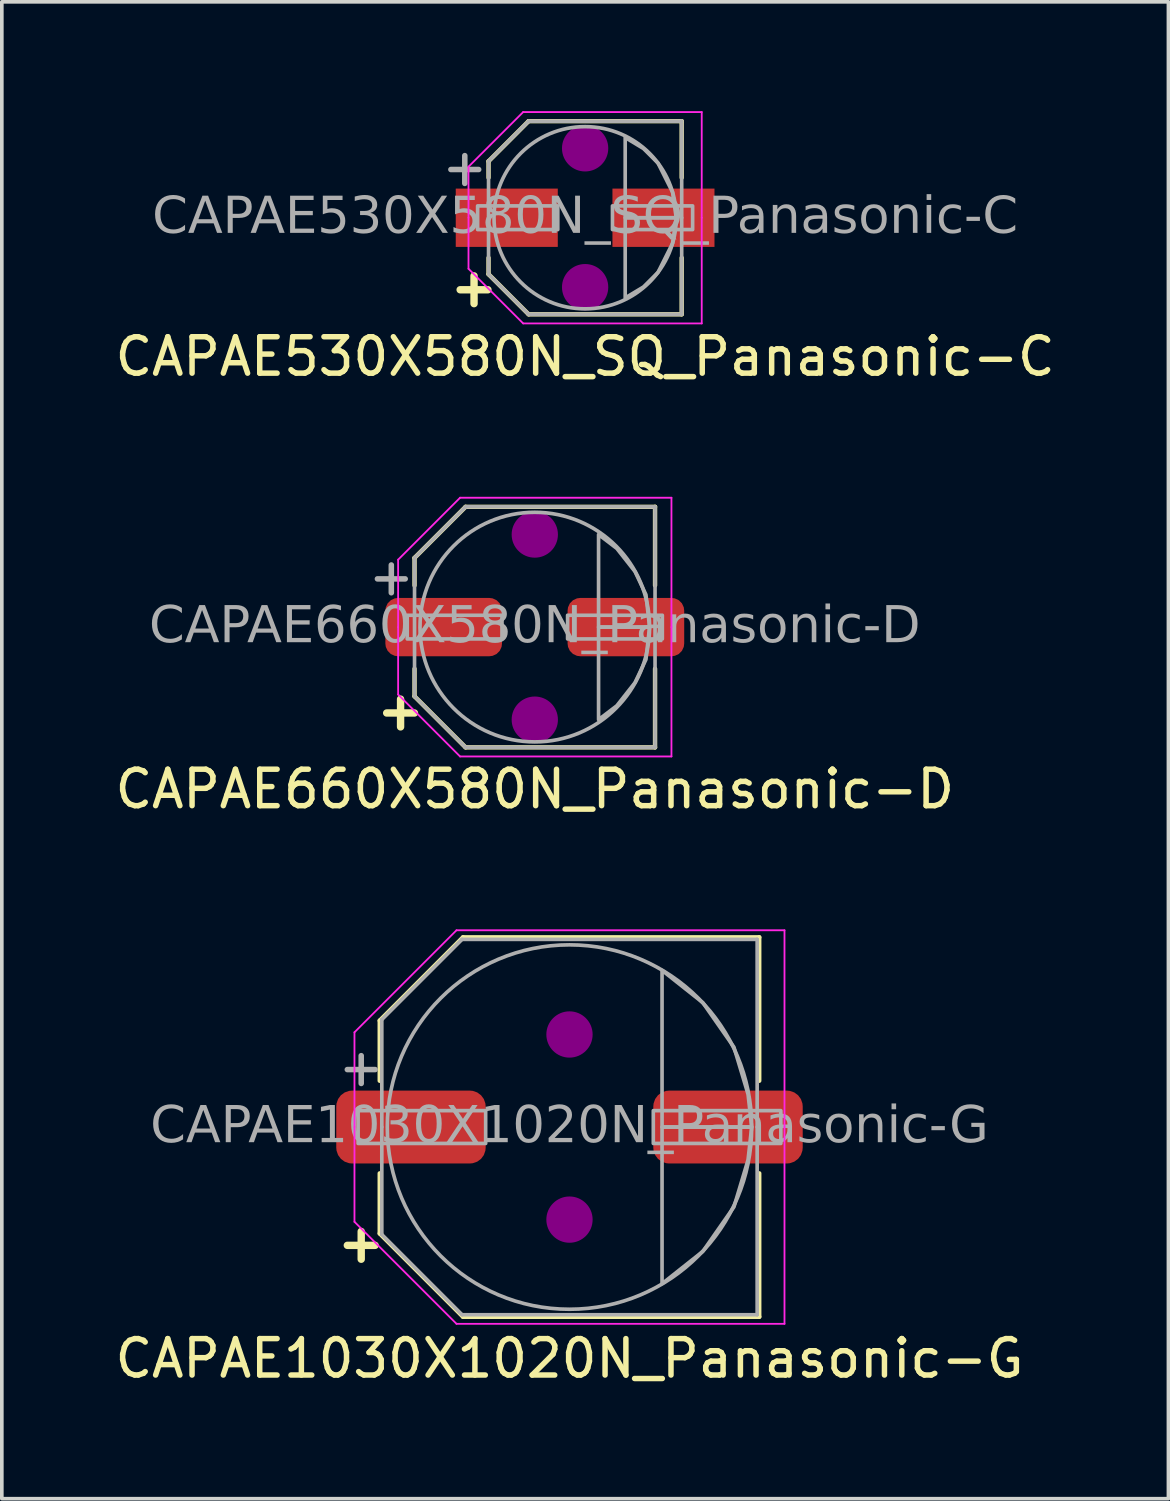
<source format=kicad_pcb>
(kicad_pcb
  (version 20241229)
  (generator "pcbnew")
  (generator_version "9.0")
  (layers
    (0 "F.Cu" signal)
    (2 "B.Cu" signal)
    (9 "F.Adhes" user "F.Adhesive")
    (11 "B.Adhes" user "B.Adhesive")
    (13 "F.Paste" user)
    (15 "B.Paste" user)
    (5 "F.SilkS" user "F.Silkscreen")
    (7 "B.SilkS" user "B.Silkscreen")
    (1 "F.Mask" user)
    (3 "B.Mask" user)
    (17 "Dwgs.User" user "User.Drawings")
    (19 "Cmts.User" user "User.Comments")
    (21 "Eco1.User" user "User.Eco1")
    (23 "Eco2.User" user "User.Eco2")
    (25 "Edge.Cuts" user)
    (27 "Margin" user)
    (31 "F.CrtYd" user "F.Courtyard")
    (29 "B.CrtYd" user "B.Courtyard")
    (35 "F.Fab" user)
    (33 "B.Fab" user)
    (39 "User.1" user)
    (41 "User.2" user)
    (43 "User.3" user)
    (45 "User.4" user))
  (footprint "CAPAE660X580N_Panasonic-D"
    (layer "F.Cu")
    (at 11.625 14.158)
    (property "Reference" "CAPAE660X580N_Panasonic-D" (at 0 4.445 0) (layer "F.SilkS") (effects (font (size 1 1) (thickness 0.15))))
    (attr smd)
    (fp_line (start -3.3 -1.9) (end -1.9 -3.3) (stroke (width 0.12) (type default)) (layer "F.SilkS"))
    (fp_line (start -3.3 -1.143) (end -3.3 -1.9) (stroke (width 0.12) (type default)) (layer "F.SilkS"))
    (fp_line (start -3.3 1.9) (end -3.3 1.143) (stroke (width 0.12) (type default)) (layer "F.SilkS"))
    (fp_line (start -3.3 1.9) (end -1.9 3.3) (stroke (width 0.12) (type default)) (layer "F.SilkS"))
    (fp_line (start -1.9 -3.3) (end 3.3 -3.3) (stroke (width 0.12) (type solid)) (layer "F.SilkS"))
    (fp_line (start -1.9 3.3) (end 3.3 3.3) (stroke (width 0.12) (type solid)) (layer "F.SilkS"))
    (fp_line (start 3.3 -1.143) (end 3.3 -3.3) (stroke (width 0.12) (type solid)) (layer "F.SilkS"))
    (fp_line (start 3.3 3.3) (end 3.3 1.143) (stroke (width 0.12) (type solid)) (layer "F.SilkS"))
    (fp_circle (center 0 -2.54) (end 0.635 -2.54) (stroke (width 0) (type solid)) (fill yes) (layer "F.Adhes"))
    (fp_circle (center 0 2.54) (end 0.635 2.54) (stroke (width 0) (type solid)) (fill yes) (layer "F.Adhes"))
    (fp_line (start -3.75 -1.85) (end -3.75 0) (stroke (width 0.05) (type solid)) (layer "F.CrtYd"))
    (fp_line (start -3.75 -1.85) (end -2.05 -3.55) (stroke (width 0.05) (type solid)) (layer "F.CrtYd"))
    (fp_line (start -3.75 1.85) (end -3.75 0) (stroke (width 0.05) (type solid)) (layer "F.CrtYd"))
    (fp_line (start -3.75 1.85) (end -2.05 3.55) (stroke (width 0.05) (type solid)) (layer "F.CrtYd"))
    (fp_line (start -2.05 -3.55) (end 3.75 -3.55) (stroke (width 0.05) (type solid)) (layer "F.CrtYd"))
    (fp_line (start -2.05 3.55) (end 3.75 3.55) (stroke (width 0.05) (type solid)) (layer "F.CrtYd"))
    (fp_line (start 3.75 -3.55) (end 3.75 0) (stroke (width 0.05) (type solid)) (layer "F.CrtYd"))
    (fp_line (start 3.75 3.55) (end 3.75 0) (stroke (width 0.05) (type solid)) (layer "F.CrtYd"))
    (fp_line (start -3.3 -1.9) (end -3.3 1.9) (stroke (width 0.1) (type solid)) (layer "F.Fab"))
    (fp_line (start -3.3 -1.9) (end -1.9 -3.3) (stroke (width 0.1) (type default)) (layer "F.Fab"))
    (fp_line (start -3.3 1.9) (end -1.9 3.3) (stroke (width 0.1) (type default)) (layer "F.Fab"))
    (fp_line (start -1.9 -3.3) (end 3.3 -3.3) (stroke (width 0.1) (type solid)) (layer "F.Fab"))
    (fp_line (start -1.9 3.3) (end 3.3 3.3) (stroke (width 0.1) (type solid)) (layer "F.Fab"))
    (fp_line (start 3.3 -3.3) (end 3.3 3.3) (stroke (width 0.1) (type solid)) (layer "F.Fab"))
    (fp_rect (start -3.5 0.325) (end -0.9 -0.325) (stroke (width 0.1) (type solid)) (fill no) (layer "F.Fab"))
    (fp_rect (start 3.5 0.325) (end 0.9 -0.325) (stroke (width 0.1) (type solid)) (fill no) (layer "F.Fab"))
    (fp_circle (center 0 0) (end 3.15 0) (stroke (width 0.1) (type default)) (fill no) (layer "F.Fab"))
    (fp_poly (pts (xy 1.75 -2.54) (xy 2.25 -2.159) (xy 2.75 -1.524) (xy 3.05 -0.889) (xy 3.15 0) (xy 1.75 0)) (stroke (width 0.1) (type solid)) (fill no) (layer "F.Fab"))
    (fp_poly (pts (xy 1.75 2.54) (xy 2.25 2.159) (xy 2.75 1.524) (xy 3.05 0.889) (xy 3.15 0) (xy 1.75 0)) (stroke (width 0.1) (type solid)) (fill no) (layer "F.Fab"))
    (fp_text user "+" (at -3.683 2.286 0) (unlocked yes) (layer "F.SilkS") (effects (font (size 1 1) (thickness 0.203) (bold yes))))
    (fp_text user "+" (at -3.937 -1.397 0) (unlocked yes) (layer "F.Fab") (effects (font (size 1 1) (thickness 0.152))))
    (fp_text user "${REFERENCE}" (at 0 0 0) (layer "F.Fab") (effects (font (face "Tahoma") (size 1 1) (thickness 0.15))))
    (pad "1" smd roundrect (at -2.5 0) (size 3.2 1.6) (layers "F.Cu" "F.Mask" "F.Paste") (roundrect_rratio 0.217))
    (pad "2" smd roundrect (at 2.5 0) (size 3.2 1.6) (layers "F.Cu" "F.Mask" "F.Paste") (roundrect_rratio 0.217)))
  (footprint "CAPAE530X580N_SQ_Panasonic-C"
    (layer "F.Cu")
    (at 13.006 2.925)
    (property "Reference" "CAPAE530X580N_SQ_Panasonic-C" (at 0 3.81 0) (layer "F.SilkS") (effects (font (size 1 1) (thickness 0.15))))
    (attr smd)
    (fp_line (start -2.65 -1.55) (end -1.551 -2.65) (stroke (width 0.12) (type default)) (layer "F.SilkS"))
    (fp_line (start -2.65 -1.1) (end -2.65 -1.55) (stroke (width 0.12) (type default)) (layer "F.SilkS"))
    (fp_line (start -2.65 1.1) (end -2.65 1.55) (stroke (width 0.12) (type default)) (layer "F.SilkS"))
    (fp_line (start -2.65 1.55) (end -1.551 2.65) (stroke (width 0.12) (type default)) (layer "F.SilkS"))
    (fp_line (start -1.551 -2.65) (end 2.65 -2.65) (stroke (width 0.12) (type solid)) (layer "F.SilkS"))
    (fp_line (start -1.551 2.65) (end 2.65 2.65) (stroke (width 0.12) (type solid)) (layer "F.SilkS"))
    (fp_line (start 2.65 -1.1) (end 2.65 -2.65) (stroke (width 0.12) (type solid)) (layer "F.SilkS"))
    (fp_line (start 2.65 1.1) (end 2.65 2.65) (stroke (width 0.12) (type solid)) (layer "F.SilkS"))
    (fp_circle (center 0 -1.905) (end 0.635 -1.905) (stroke (width 0) (type solid)) (fill yes) (layer "F.Adhes"))
    (fp_circle (center 0 1.905) (end 0.635 1.905) (stroke (width 0) (type solid)) (fill yes) (layer "F.Adhes"))
    (fp_line (start -3.2 -1.4) (end -3.2 0) (stroke (width 0.05) (type solid)) (layer "F.CrtYd"))
    (fp_line (start -3.2 -1.4) (end -1.7 -2.9) (stroke (width 0.05) (type solid)) (layer "F.CrtYd"))
    (fp_line (start -3.2 1.4) (end -3.2 0) (stroke (width 0.05) (type solid)) (layer "F.CrtYd"))
    (fp_line (start -3.2 1.4) (end -1.7 2.9) (stroke (width 0.05) (type solid)) (layer "F.CrtYd"))
    (fp_line (start -1.7 -2.9) (end 3.2 -2.9) (stroke (width 0.05) (type solid)) (layer "F.CrtYd"))
    (fp_line (start -1.7 2.9) (end 3.2 2.9) (stroke (width 0.05) (type solid)) (layer "F.CrtYd"))
    (fp_line (start 3.2 -2.9) (end 3.2 0) (stroke (width 0.05) (type solid)) (layer "F.CrtYd"))
    (fp_line (start 3.2 2.9) (end 3.2 0) (stroke (width 0.05) (type solid)) (layer "F.CrtYd"))
    (fp_line (start -2.65 -1.55) (end -1.55 -2.65) (stroke (width 0.1) (type default)) (layer "F.Fab"))
    (fp_line (start -2.65 0) (end -2.65 -1.55) (stroke (width 0.1) (type solid)) (layer "F.Fab"))
    (fp_line (start -2.65 0) (end -2.65 1.55) (stroke (width 0.1) (type solid)) (layer "F.Fab"))
    (fp_line (start -2.65 1.55) (end -1.55 2.65) (stroke (width 0.1) (type default)) (layer "F.Fab"))
    (fp_line (start -1.55 -2.65) (end 2.65 -2.65) (stroke (width 0.1) (type solid)) (layer "F.Fab"))
    (fp_line (start -1.55 2.65) (end 2.65 2.65) (stroke (width 0.1) (type solid)) (layer "F.Fab"))
    (fp_line (start 2.65 0) (end 2.65 -2.65) (stroke (width 0.1) (type solid)) (layer "F.Fab"))
    (fp_line (start 2.65 0) (end 2.65 2.65) (stroke (width 0.1) (type solid)) (layer "F.Fab"))
    (fp_rect (start -2.95 0.325) (end -0.75 -0.325) (stroke (width 0.1) (type solid)) (fill no) (layer "F.Fab"))
    (fp_rect (start 2.95 0.325) (end 0.75 -0.325) (stroke (width 0.1) (type solid)) (fill no) (layer "F.Fab"))
    (fp_circle (center 0 0) (end 2.5 0) (stroke (width 0.1) (type default)) (fill no) (layer "F.Fab"))
    (fp_poly (pts (xy 1.1 -2.2) (xy 1.6 -1.9) (xy 2 -1.5) (xy 2.4 -0.7) (xy 2.5 0) (xy 1.1 0)) (stroke (width 0.1) (type solid)) (fill no) (layer "F.Fab"))
    (fp_poly (pts (xy 1.1 2.2) (xy 1.6 1.9) (xy 2 1.5) (xy 2.4 0.7) (xy 2.5 0) (xy 1.1 0)) (stroke (width 0.1) (type solid)) (fill no) (layer "F.Fab"))
    (fp_text user "+" (at -3.048 1.905 0) (unlocked yes) (layer "F.SilkS") (effects (font (size 1 1) (thickness 0.203) (bold yes))))
    (fp_text user "+" (at -3.302 -1.397 0) (unlocked yes) (layer "F.Fab") (effects (font (size 1 1) (thickness 0.152))))
    (fp_text user "${REFERENCE}" (at 0 0 0) (layer "F.Fab") (effects (font (face "Tahoma") (size 1 1) (thickness 0.15))))
    (pad "1" smd rect (at -2.15 0) (size 2.8 1.6) (layers "F.Cu" "F.Mask" "F.Paste"))
    (pad "2" smd rect (at 2.15 0) (size 2.8 1.6) (layers "F.Cu" "F.Mask" "F.Paste")))
  (footprint "CAPAE1030X1020N_Panasonic-G"
    (layer "F.Cu")
    (at 12.577 27.877)
    (property "Reference" "CAPAE1030X1020N_Panasonic-G" (at 0 6.35 0) (layer "F.SilkS") (effects (font (size 1 1) (thickness 0.15))))
    (attr smd)
    (fp_line (start -5.207 -2.921) (end -2.921 -5.207) (stroke (width 0.12) (type default)) (layer "F.SilkS"))
    (fp_line (start -5.207 -1.27) (end -5.207 -2.921) (stroke (width 0.12) (type default)) (layer "F.SilkS"))
    (fp_line (start -5.207 1.27) (end -5.207 2.921) (stroke (width 0.12) (type default)) (layer "F.SilkS"))
    (fp_line (start -5.207 2.921) (end -2.921 5.207) (stroke (width 0.12) (type default)) (layer "F.SilkS"))
    (fp_line (start -2.921 -5.207) (end 5.207 -5.207) (stroke (width 0.12) (type solid)) (layer "F.SilkS"))
    (fp_line (start -2.921 5.207) (end 5.207 5.207) (stroke (width 0.12) (type solid)) (layer "F.SilkS"))
    (fp_line (start 5.207 -1.27) (end 5.207 -5.207) (stroke (width 0.12) (type solid)) (layer "F.SilkS"))
    (fp_line (start 5.207 1.27) (end 5.207 5.207) (stroke (width 0.12) (type solid)) (layer "F.SilkS"))
    (fp_circle (center 0 -2.54) (end 0.635 -2.54) (stroke (width 0) (type solid)) (fill yes) (layer "F.Adhes"))
    (fp_circle (center 0 2.54) (end 0.635 2.54) (stroke (width 0) (type solid)) (fill yes) (layer "F.Adhes"))
    (fp_line (start -5.9 -2.6) (end -5.9 0) (stroke (width 0.05) (type solid)) (layer "F.CrtYd"))
    (fp_line (start -5.9 2.6) (end -5.9 0) (stroke (width 0.05) (type solid)) (layer "F.CrtYd"))
    (fp_line (start -3.1 -5.4) (end -5.9 -2.6) (stroke (width 0.05) (type default)) (layer "F.CrtYd"))
    (fp_line (start -3.1 -5.4) (end 5.9 -5.4) (stroke (width 0.05) (type solid)) (layer "F.CrtYd"))
    (fp_line (start -3.1 5.4) (end -5.9 2.6) (stroke (width 0.05) (type default)) (layer "F.CrtYd"))
    (fp_line (start -3.1 5.4) (end 5.9 5.4) (stroke (width 0.05) (type solid)) (layer "F.CrtYd"))
    (fp_line (start 5.9 -5.4) (end 5.9 0) (stroke (width 0.05) (type solid)) (layer "F.CrtYd"))
    (fp_line (start 5.9 5.4) (end 5.9 0) (stroke (width 0.05) (type solid)) (layer "F.CrtYd"))
    (fp_line (start -5.15 -2.95) (end -5.15 0) (stroke (width 0.1) (type solid)) (layer "F.Fab"))
    (fp_line (start -5.15 2.95) (end -5.15 0) (stroke (width 0.1) (type solid)) (layer "F.Fab"))
    (fp_line (start -2.95 -5.15) (end -5.15 -2.95) (stroke (width 0.1) (type solid)) (layer "F.Fab"))
    (fp_line (start -2.95 -5.15) (end 5.15 -5.15) (stroke (width 0.1) (type solid)) (layer "F.Fab"))
    (fp_line (start -2.95 5.15) (end -5.15 2.95) (stroke (width 0.1) (type solid)) (layer "F.Fab"))
    (fp_line (start -2.95 5.15) (end 5.15 5.15) (stroke (width 0.1) (type solid)) (layer "F.Fab"))
    (fp_line (start 5.15 -5.15) (end 5.15 0) (stroke (width 0.1) (type solid)) (layer "F.Fab"))
    (fp_line (start 5.15 5.15) (end 5.15 0) (stroke (width 0.1) (type solid)) (layer "F.Fab"))
    (fp_rect (start -5.8 0.45) (end -2.3 -0.45) (stroke (width 0.1) (type solid)) (fill no) (layer "F.Fab"))
    (fp_rect (start 2.3 0.45) (end 5.8 -0.45) (stroke (width 0.1) (type solid)) (fill no) (layer "F.Fab"))
    (fp_circle (center 0 0) (end 5 0) (stroke (width 0.1) (type default)) (fill no) (layer "F.Fab"))
    (fp_poly (pts (xy 2.54 -4.3) (xy 3.66 -3.412) (xy 4.513 -2.191) (xy 4.9 -0.9) (xy 5 0) (xy 2.54 0)) (stroke (width 0.1) (type solid)) (fill no) (layer "F.Fab"))
    (fp_poly (pts (xy 2.54 4.3) (xy 3.66 3.412) (xy 4.513 2.191) (xy 4.9 0.9) (xy 5 0) (xy 2.54 0)) (stroke (width 0.1) (type solid)) (fill no) (layer "F.Fab"))
    (fp_text user "+" (at -5.715 3.175 0) (unlocked yes) (layer "F.SilkS") (effects (font (size 1 1) (thickness 0.203) (bold yes))))
    (fp_text user "+" (at -5.715 -1.651 0) (unlocked yes) (layer "F.Fab") (effects (font (size 1 1) (thickness 0.152))))
    (fp_text user "${REFERENCE}" (at 0 0 0) (layer "F.Fab") (effects (font (face "Tahoma") (size 1 1) (thickness 0.15))))
    (pad "1" smd roundrect (at -4.35 0) (size 4.1 2) (layers "F.Cu" "F.Mask" "F.Paste") (roundrect_rratio 0.217))
    (pad "2" smd roundrect (at 4.35 0) (size 4.1 2) (layers "F.Cu" "F.Mask" "F.Paste") (roundrect_rratio 0.217)))
  (gr_rect
    (start -3 -3)
    (end 29.012 38.075)
    (stroke (width 0.1) (type default))
    (fill no)
    (layer "Edge.Cuts")))
</source>
